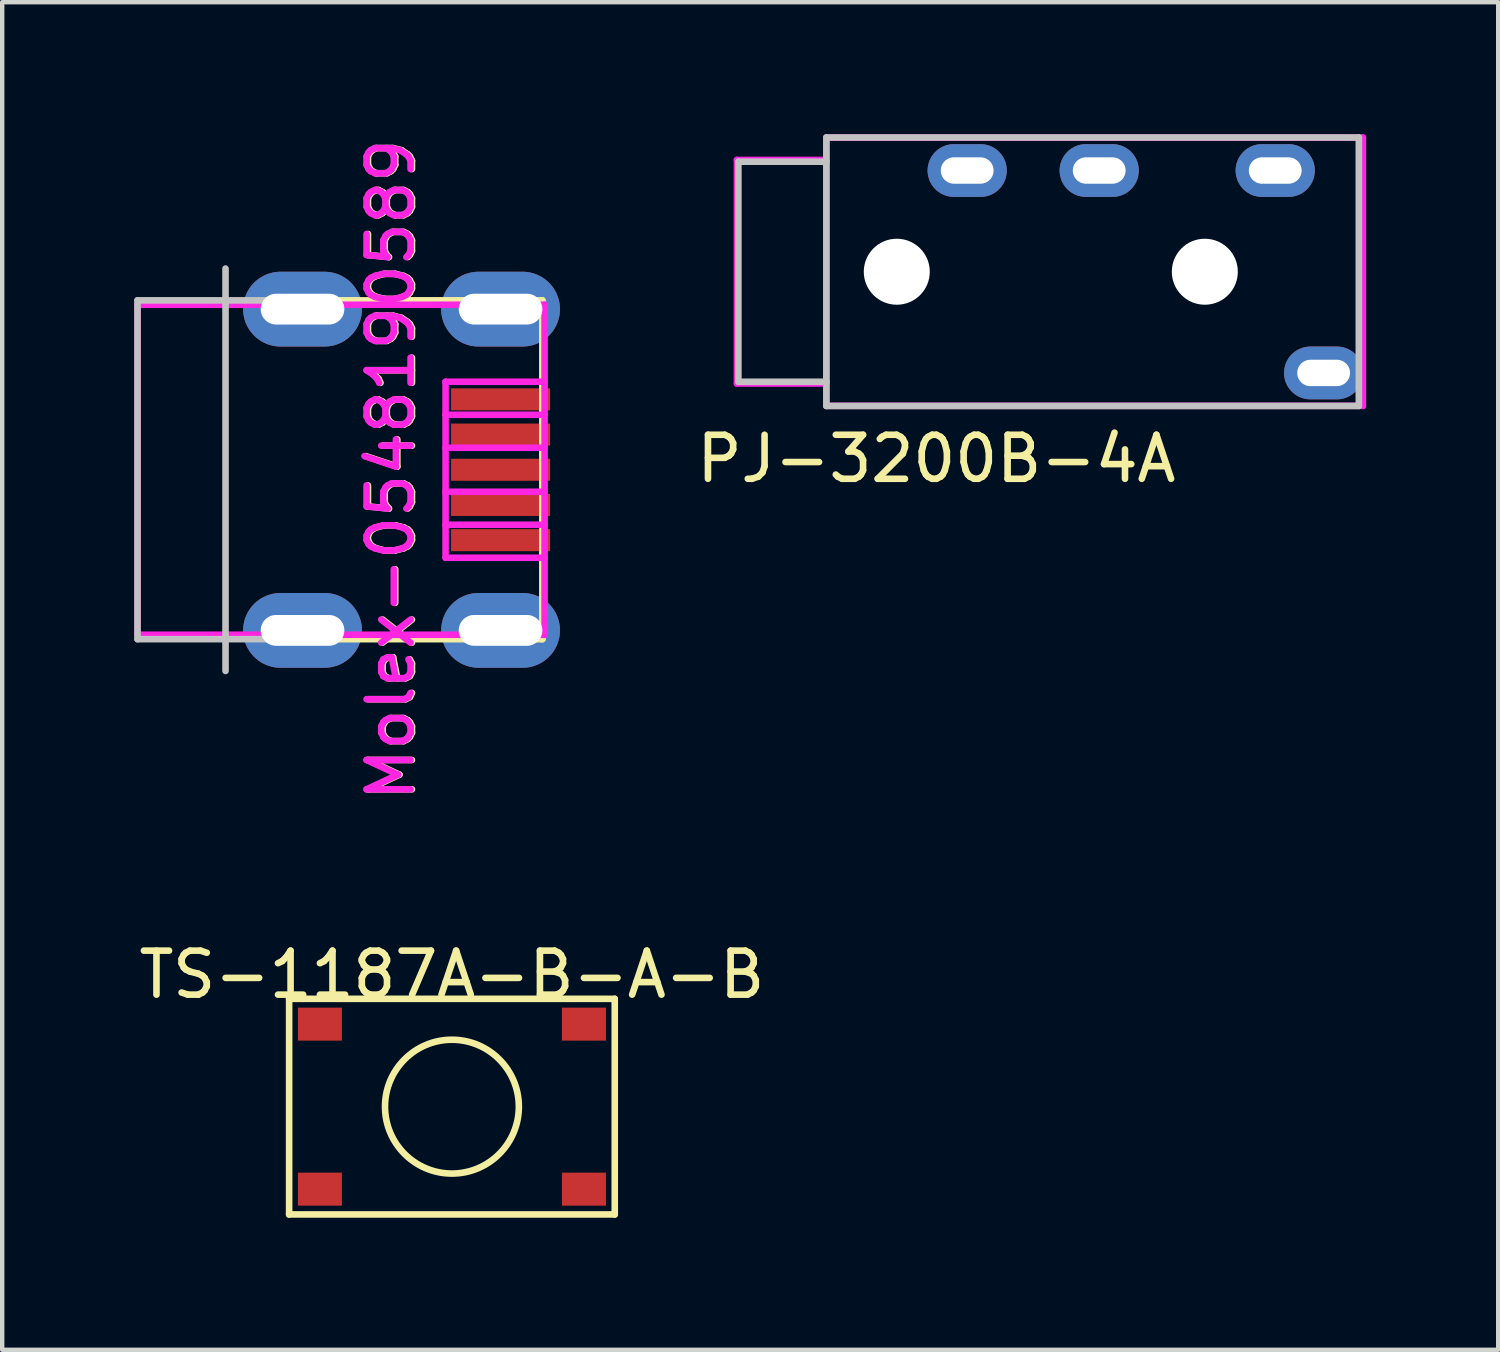
<source format=kicad_pcb>
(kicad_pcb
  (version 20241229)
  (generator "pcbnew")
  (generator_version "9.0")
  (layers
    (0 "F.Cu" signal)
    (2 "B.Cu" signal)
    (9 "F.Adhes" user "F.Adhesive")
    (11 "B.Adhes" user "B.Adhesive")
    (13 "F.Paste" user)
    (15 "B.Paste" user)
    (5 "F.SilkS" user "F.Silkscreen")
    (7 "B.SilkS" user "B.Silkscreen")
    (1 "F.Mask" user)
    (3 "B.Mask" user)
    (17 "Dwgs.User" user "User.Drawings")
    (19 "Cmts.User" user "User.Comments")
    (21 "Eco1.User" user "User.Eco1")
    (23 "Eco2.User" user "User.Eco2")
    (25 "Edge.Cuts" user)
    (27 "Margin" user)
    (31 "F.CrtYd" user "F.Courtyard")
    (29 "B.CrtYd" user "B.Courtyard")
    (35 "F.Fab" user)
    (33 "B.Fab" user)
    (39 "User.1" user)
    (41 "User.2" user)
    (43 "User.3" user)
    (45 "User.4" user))
  (footprint "Molex-0548190589"
    (layer "F.Cu")
    (at 3.825 7.625)
    (property "Reference" "Molex-0548190589" (at 2.032 0 90) (layer "F.SilkS") (effects (font (size 1 1) (thickness 0.15))))
    (attr smd)
    (fp_line (start 0 -3.85) (end 5.45 -3.85) (stroke (width 0.15) (type solid)) (layer "F.SilkS"))
    (fp_line (start 0 3.85) (end 5.45 3.85) (stroke (width 0.15) (type solid)) (layer "F.SilkS"))
    (fp_line (start 5.45 -3.85) (end 5.45 3.85) (stroke (width 0.15) (type solid)) (layer "F.SilkS"))
    (fp_line (start -3.75 -3.85) (end -3.75 3.85) (stroke (width 0.15) (type solid)) (layer "Dwgs.User"))
    (fp_line (start -3.75 -3.85) (end 0 -3.85) (stroke (width 0.15) (type solid)) (layer "Dwgs.User"))
    (fp_line (start -3.75 3.85) (end 0 3.85) (stroke (width 0.15) (type solid)) (layer "Dwgs.User"))
    (fp_line (start -1.75 -4.572) (end -1.75 4.572) (stroke (width 0.15) (type solid)) (layer "Dwgs.User"))
    (fp_line (start -3.75 -3.75) (end 5.5 -3.75) (stroke (width 0.15) (type solid)) (layer "F.CrtYd"))
    (fp_line (start -3.75 3.75) (end -3.75 -3.75) (stroke (width 0.15) (type solid)) (layer "F.CrtYd"))
    (fp_line (start 3.25 -2) (end 3.25 2) (stroke (width 0.15) (type solid)) (layer "F.CrtYd"))
    (fp_line (start 3.25 -1.25) (end 5.5 -1.25) (stroke (width 0.15) (type solid)) (layer "F.CrtYd"))
    (fp_line (start 3.25 0.5) (end 5.5 0.5) (stroke (width 0.15) (type solid)) (layer "F.CrtYd"))
    (fp_line (start 3.25 2) (end 5.5 2) (stroke (width 0.15) (type solid)) (layer "F.CrtYd"))
    (fp_line (start 5.5 -3.75) (end 5.5 3.75) (stroke (width 0.15) (type solid)) (layer "F.CrtYd"))
    (fp_line (start 5.5 -2) (end 3.25 -2) (stroke (width 0.15) (type solid)) (layer "F.CrtYd"))
    (fp_line (start 5.5 -0.5) (end 3.25 -0.5) (stroke (width 0.15) (type solid)) (layer "F.CrtYd"))
    (fp_line (start 5.5 1.25) (end 3.25 1.25) (stroke (width 0.15) (type solid)) (layer "F.CrtYd"))
    (fp_line (start 5.5 3.75) (end -3.75 3.75) (stroke (width 0.15) (type solid)) (layer "F.CrtYd"))
    (fp_text user "${REFERENCE}" (at 2 0 90) (layer "F.CrtYd") (effects (font (size 1 1) (thickness 0.15))))
    (pad "1" smd rect (at 4.5 1.6) (size 2.25 0.5) (layers "F.Cu" "F.Mask" "F.Paste"))
    (pad "2" smd rect (at 4.5 0.8) (size 2.25 0.5) (layers "F.Cu" "F.Mask" "F.Paste"))
    (pad "3" smd rect (at 4.5 0) (size 2.25 0.5) (layers "F.Cu" "F.Mask" "F.Paste"))
    (pad "4" smd rect (at 4.5 -0.8) (size 2.25 0.5) (layers "F.Cu" "F.Mask" "F.Paste"))
    (pad "5" smd rect (at 4.5 -1.6) (size 2.25 0.5) (layers "F.Cu" "F.Mask" "F.Paste"))
    (pad "6" thru_hole oval (at 0 -3.65) (size 2.7 1.7) (drill oval 1.9 0.7) (layers "*.Cu" "*.Mask"))
    (pad "6" thru_hole oval (at 0 3.65) (size 2.7 1.7) (drill oval 1.9 0.7) (layers "*.Cu" "*.Mask"))
    (pad "6" thru_hole oval (at 4.5 -3.65) (size 2.7 1.7) (drill oval 1.9 0.7) (layers "*.Cu" "*.Mask"))
    (pad "6" thru_hole oval (at 4.5 3.65) (size 2.7 1.7) (drill oval 1.9 0.7) (layers "*.Cu" "*.Mask")))
  (footprint "PJ-3200B-4A"
    (layer "F.Cu")
    (at 15.729 3.125)
    (property "Reference" "PJ-3200B-4A" (at 2.5 4.25 0) (layer "F.SilkS") (effects (font (size 1 1) (thickness 0.15))))
    (attr through_hole)
    (fp_line (start -2 2.5) (end -2 -2.5) (stroke (width 0.15) (type solid)) (layer "Dwgs.User"))
    (fp_line (start 0 -3.05) (end 0 3.05) (stroke (width 0.15) (type solid)) (layer "Dwgs.User"))
    (fp_line (start 0 -3.05) (end 12.1 -3.05) (stroke (width 0.15) (type solid)) (layer "Dwgs.User"))
    (fp_line (start 0 -2.5) (end -2 -2.5) (stroke (width 0.15) (type solid)) (layer "Dwgs.User"))
    (fp_line (start 0 2.5) (end -2 2.5) (stroke (width 0.15) (type solid)) (layer "Dwgs.User"))
    (fp_line (start 0 3.05) (end 12.1 3.05) (stroke (width 0.15) (type solid)) (layer "Dwgs.User"))
    (fp_line (start 12.1 -3.05) (end 12.1 3.05) (stroke (width 0.15) (type solid)) (layer "Dwgs.User"))
    (fp_line (start -2.032 -2.54) (end -2.032 2.54) (stroke (width 0.15) (type solid)) (layer "F.CrtYd"))
    (fp_line (start -2.032 2.54) (end 0 2.54) (stroke (width 0.15) (type solid)) (layer "F.CrtYd"))
    (fp_line (start 0 -3.048) (end 12.192 -3.048) (stroke (width 0.15) (type solid)) (layer "F.CrtYd"))
    (fp_line (start 0 -2.54) (end -2.032 -2.54) (stroke (width 0.15) (type solid)) (layer "F.CrtYd"))
    (fp_line (start 0 3.048) (end 0 -3.048) (stroke (width 0.15) (type solid)) (layer "F.CrtYd"))
    (fp_line (start 12.192 -3.048) (end 12.192 3.048) (stroke (width 0.15) (type solid)) (layer "F.CrtYd"))
    (fp_line (start 12.192 3.048) (end 0 3.048) (stroke (width 0.15) (type solid)) (layer "F.CrtYd"))
    (pad "" np_thru_hole circle (at 1.6 0) (size 1.5 1.5) (drill 1.5) (layers "*.Cu" "*.Mask"))
    (pad "" np_thru_hole circle (at 8.6 0) (size 1.5 1.5) (drill 1.5) (layers "*.Cu" "*.Mask"))
    (pad "R1" thru_hole oval (at 6.2 -2.3) (size 1.8 1.2) (drill oval 1.2 0.6) (layers "*.Cu" "*.Mask"))
    (pad "R2" thru_hole oval (at 3.2 -2.3) (size 1.8 1.2) (drill oval 1.2 0.6) (layers "*.Cu" "*.Mask"))
    (pad "S" thru_hole oval (at 11.3 2.3) (size 1.8 1.2) (drill oval 1.2 0.6) (layers "*.Cu" "*.Mask"))
    (pad "T" thru_hole oval (at 10.2 -2.3) (size 1.8 1.2) (drill oval 1.2 0.6) (layers "*.Cu" "*.Mask")))
  (footprint "TS-1187A-B-A-B"
    (layer "F.Cu")
    (at 7.22 22.098)
    (property "Reference" "TS-1187A-B-A-B" (at 0 -3 0) (layer "F.SilkS") (effects (font (size 1 1) (thickness 0.15))))
    (attr smd)
    (fp_line (start -3.7 -2.45) (end -3.7 2.45) (stroke (width 0.15) (type solid)) (layer "F.SilkS"))
    (fp_line (start -3.7 2.45) (end 3.7 2.45) (stroke (width 0.15) (type solid)) (layer "F.SilkS"))
    (fp_line (start 3.7 -2.45) (end -3.7 -2.45) (stroke (width 0.15) (type solid)) (layer "F.SilkS"))
    (fp_line (start 3.7 2.45) (end 3.7 -2.45) (stroke (width 0.15) (type solid)) (layer "F.SilkS"))
    (fp_circle (center 0 0) (end -1.35 0.7) (stroke (width 0.15) (type solid)) (fill no) (layer "F.SilkS"))
    (pad "1" smd rect (at -3 -1.875) (size 1 0.75) (layers "F.Cu" "F.Mask" "F.Paste"))
    (pad "2" smd rect (at -3 1.875) (size 1 0.75) (layers "F.Cu" "F.Mask" "F.Paste"))
    (pad "3" smd rect (at 3 -1.875) (size 1 0.75) (layers "F.Cu" "F.Mask" "F.Paste"))
    (pad "4" smd rect (at 3 1.875) (size 1 0.75) (layers "F.Cu" "F.Mask" "F.Paste")))
  (gr_rect
    (start -3 -3)
    (end 30.996 27.623)
    (stroke (width 0.1) (type default))
    (fill no)
    (layer "Edge.Cuts")))
</source>
